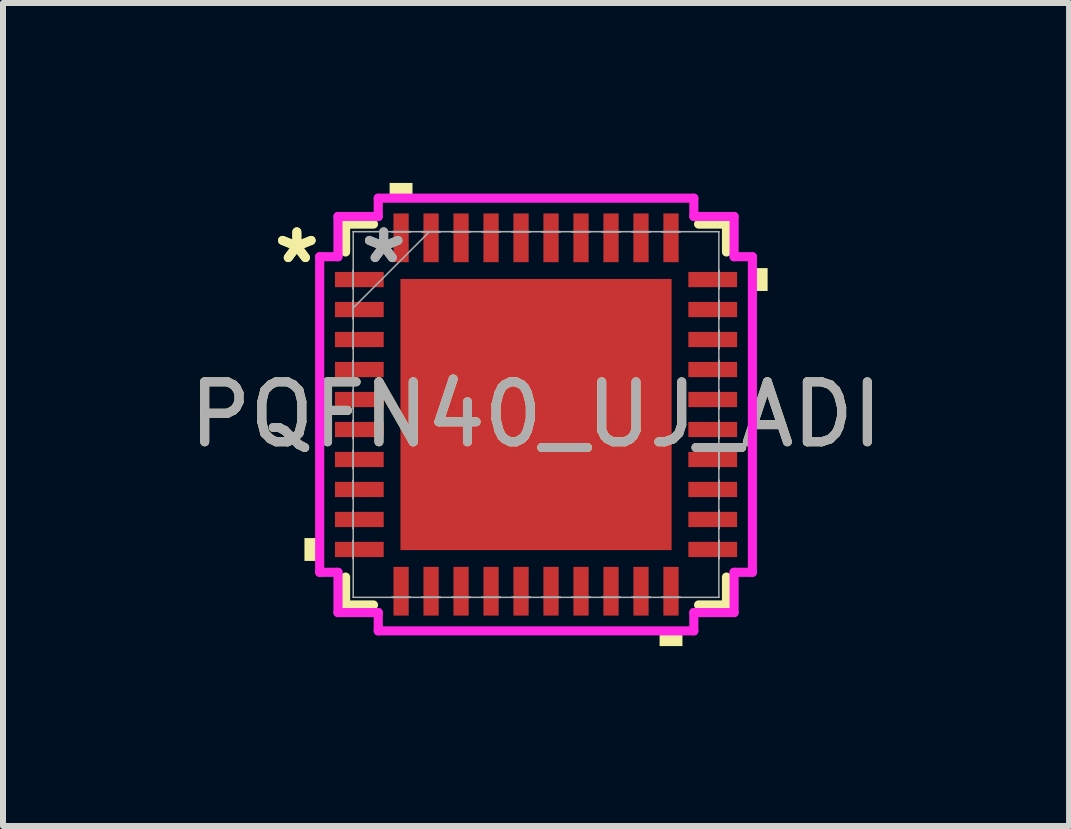
<source format=kicad_pcb>
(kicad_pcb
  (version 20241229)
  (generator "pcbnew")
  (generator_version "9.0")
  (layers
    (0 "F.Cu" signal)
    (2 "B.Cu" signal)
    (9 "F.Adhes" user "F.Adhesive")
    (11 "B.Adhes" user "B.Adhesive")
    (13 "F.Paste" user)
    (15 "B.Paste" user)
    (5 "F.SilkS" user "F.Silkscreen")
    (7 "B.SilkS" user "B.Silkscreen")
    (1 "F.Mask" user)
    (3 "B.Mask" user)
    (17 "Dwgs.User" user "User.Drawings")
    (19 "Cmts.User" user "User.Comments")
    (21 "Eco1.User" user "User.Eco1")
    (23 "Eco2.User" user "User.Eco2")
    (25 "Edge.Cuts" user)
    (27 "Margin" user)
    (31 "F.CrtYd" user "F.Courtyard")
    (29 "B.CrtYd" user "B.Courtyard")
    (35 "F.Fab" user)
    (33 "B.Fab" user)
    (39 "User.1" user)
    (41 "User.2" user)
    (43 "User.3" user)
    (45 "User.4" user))
  (footprint "PQFN40_UJ_ADI"
    (layer "F.Cu")
    (at 5.887 3.861)
    (property "Reference" "PQFN40_UJ_ADI" (at 0 0 0) (unlocked yes) (layer "F.SilkS") (effects (font (size 1 1) (thickness 0.15))))
    (attr smd)
    (fp_line (start -3.175 -3.175) (end -3.175 -2.71) (stroke (width 0.152) (type solid)) (layer "F.SilkS"))
    (fp_line (start -3.175 2.71) (end -3.175 3.175) (stroke (width 0.152) (type solid)) (layer "F.SilkS"))
    (fp_line (start -3.175 3.175) (end -2.71 3.175) (stroke (width 0.152) (type solid)) (layer "F.SilkS"))
    (fp_line (start -2.71 -3.175) (end -3.175 -3.175) (stroke (width 0.152) (type solid)) (layer "F.SilkS"))
    (fp_line (start 2.71 3.175) (end 3.175 3.175) (stroke (width 0.152) (type solid)) (layer "F.SilkS"))
    (fp_line (start 3.175 -3.175) (end 2.71 -3.175) (stroke (width 0.152) (type solid)) (layer "F.SilkS"))
    (fp_line (start 3.175 -2.71) (end 3.175 -3.175) (stroke (width 0.152) (type solid)) (layer "F.SilkS"))
    (fp_line (start 3.175 3.175) (end 3.175 2.71) (stroke (width 0.152) (type solid)) (layer "F.SilkS"))
    (fp_poly (pts (xy -3.861 2.06) (xy -3.861 2.441) (xy -3.607 2.441) (xy -3.607 2.06)) (stroke (width 0) (type solid)) (fill yes) (layer "F.SilkS"))
    (fp_poly (pts (xy -2.441 -3.607) (xy -2.441 -3.861) (xy -2.06 -3.861) (xy -2.06 -3.607)) (stroke (width 0) (type solid)) (fill yes) (layer "F.SilkS"))
    (fp_poly (pts (xy 2.06 3.607) (xy 2.06 3.861) (xy 2.441 3.861) (xy 2.441 3.607)) (stroke (width 0) (type solid)) (fill yes) (layer "F.SilkS"))
    (fp_poly (pts (xy 3.861 -2.441) (xy 3.861 -2.06) (xy 3.607 -2.06) (xy 3.607 -2.441)) (stroke (width 0) (type solid)) (fill yes) (layer "F.SilkS"))
    (fp_poly (pts (xy -2.161 -2.161) (xy -2.161 -0.854) (xy -0.854 -0.854) (xy -0.854 -2.161)) (stroke (width 0) (type solid)) (fill yes) (layer "F.Paste"))
    (fp_poly (pts (xy -2.161 -0.654) (xy -2.161 0.654) (xy -0.854 0.654) (xy -0.854 -0.654)) (stroke (width 0) (type solid)) (fill yes) (layer "F.Paste"))
    (fp_poly (pts (xy -2.161 0.854) (xy -2.161 2.161) (xy -0.854 2.161) (xy -0.854 0.854)) (stroke (width 0) (type solid)) (fill yes) (layer "F.Paste"))
    (fp_poly (pts (xy -0.654 -2.161) (xy -0.654 -0.854) (xy 0.654 -0.854) (xy 0.654 -2.161)) (stroke (width 0) (type solid)) (fill yes) (layer "F.Paste"))
    (fp_poly (pts (xy -0.654 -0.654) (xy -0.654 0.654) (xy 0.654 0.654) (xy 0.654 -0.654)) (stroke (width 0) (type solid)) (fill yes) (layer "F.Paste"))
    (fp_poly (pts (xy -0.654 0.854) (xy -0.654 2.161) (xy 0.654 2.161) (xy 0.654 0.854)) (stroke (width 0) (type solid)) (fill yes) (layer "F.Paste"))
    (fp_poly (pts (xy 0.854 -2.161) (xy 0.854 -0.854) (xy 2.161 -0.854) (xy 2.161 -2.161)) (stroke (width 0) (type solid)) (fill yes) (layer "F.Paste"))
    (fp_poly (pts (xy 0.854 -0.654) (xy 0.854 0.654) (xy 2.161 0.654) (xy 2.161 -0.654)) (stroke (width 0) (type solid)) (fill yes) (layer "F.Paste"))
    (fp_poly (pts (xy 0.854 0.854) (xy 0.854 2.161) (xy 2.161 2.161) (xy 2.161 0.854)) (stroke (width 0) (type solid)) (fill yes) (layer "F.Paste"))
    (fp_line (start -3.607 -2.631) (end -3.302 -2.631) (stroke (width 0.152) (type solid)) (layer "F.CrtYd"))
    (fp_line (start -3.607 2.631) (end -3.607 -2.631) (stroke (width 0.152) (type solid)) (layer "F.CrtYd"))
    (fp_line (start -3.302 -3.302) (end -2.631 -3.302) (stroke (width 0.152) (type solid)) (layer "F.CrtYd"))
    (fp_line (start -3.302 -2.631) (end -3.302 -3.302) (stroke (width 0.152) (type solid)) (layer "F.CrtYd"))
    (fp_line (start -3.302 2.631) (end -3.607 2.631) (stroke (width 0.152) (type solid)) (layer "F.CrtYd"))
    (fp_line (start -3.302 3.302) (end -3.302 2.631) (stroke (width 0.152) (type solid)) (layer "F.CrtYd"))
    (fp_line (start -2.631 -3.607) (end 2.631 -3.607) (stroke (width 0.152) (type solid)) (layer "F.CrtYd"))
    (fp_line (start -2.631 -3.302) (end -2.631 -3.607) (stroke (width 0.152) (type solid)) (layer "F.CrtYd"))
    (fp_line (start -2.631 3.302) (end -3.302 3.302) (stroke (width 0.152) (type solid)) (layer "F.CrtYd"))
    (fp_line (start -2.631 3.607) (end -2.631 3.302) (stroke (width 0.152) (type solid)) (layer "F.CrtYd"))
    (fp_line (start 2.631 -3.607) (end 2.631 -3.302) (stroke (width 0.152) (type solid)) (layer "F.CrtYd"))
    (fp_line (start 2.631 -3.302) (end 3.302 -3.302) (stroke (width 0.152) (type solid)) (layer "F.CrtYd"))
    (fp_line (start 2.631 3.302) (end 2.631 3.607) (stroke (width 0.152) (type solid)) (layer "F.CrtYd"))
    (fp_line (start 2.631 3.607) (end -2.631 3.607) (stroke (width 0.152) (type solid)) (layer "F.CrtYd"))
    (fp_line (start 3.302 -3.302) (end 3.302 -2.631) (stroke (width 0.152) (type solid)) (layer "F.CrtYd"))
    (fp_line (start 3.302 -2.631) (end 3.607 -2.631) (stroke (width 0.152) (type solid)) (layer "F.CrtYd"))
    (fp_line (start 3.302 2.631) (end 3.302 3.302) (stroke (width 0.152) (type solid)) (layer "F.CrtYd"))
    (fp_line (start 3.302 3.302) (end 2.631 3.302) (stroke (width 0.152) (type solid)) (layer "F.CrtYd"))
    (fp_line (start 3.607 -2.631) (end 3.607 2.631) (stroke (width 0.152) (type solid)) (layer "F.CrtYd"))
    (fp_line (start 3.607 2.631) (end 3.302 2.631) (stroke (width 0.152) (type solid)) (layer "F.CrtYd"))
    (fp_line (start -3.048 -3.048) (end -3.048 -3.048) (stroke (width 0.025) (type solid)) (layer "F.Fab"))
    (fp_line (start -3.048 -3.048) (end -3.048 3.048) (stroke (width 0.025) (type solid)) (layer "F.Fab"))
    (fp_line (start -3.048 -2.402) (end -3.048 -2.402) (stroke (width 0.025) (type solid)) (layer "F.Fab"))
    (fp_line (start -3.048 -2.402) (end -3.048 -2.098) (stroke (width 0.025) (type solid)) (layer "F.Fab"))
    (fp_line (start -3.048 -2.098) (end -3.048 -2.402) (stroke (width 0.025) (type solid)) (layer "F.Fab"))
    (fp_line (start -3.048 -2.098) (end -3.048 -2.098) (stroke (width 0.025) (type solid)) (layer "F.Fab"))
    (fp_line (start -3.048 -1.902) (end -3.048 -1.902) (stroke (width 0.025) (type solid)) (layer "F.Fab"))
    (fp_line (start -3.048 -1.902) (end -3.048 -1.598) (stroke (width 0.025) (type solid)) (layer "F.Fab"))
    (fp_line (start -3.048 -1.778) (end -1.778 -3.048) (stroke (width 0.025) (type solid)) (layer "F.Fab"))
    (fp_line (start -3.048 -1.598) (end -3.048 -1.902) (stroke (width 0.025) (type solid)) (layer "F.Fab"))
    (fp_line (start -3.048 -1.598) (end -3.048 -1.598) (stroke (width 0.025) (type solid)) (layer "F.Fab"))
    (fp_line (start -3.048 -1.402) (end -3.048 -1.402) (stroke (width 0.025) (type solid)) (layer "F.Fab"))
    (fp_line (start -3.048 -1.402) (end -3.048 -1.098) (stroke (width 0.025) (type solid)) (layer "F.Fab"))
    (fp_line (start -3.048 -1.098) (end -3.048 -1.402) (stroke (width 0.025) (type solid)) (layer "F.Fab"))
    (fp_line (start -3.048 -1.098) (end -3.048 -1.098) (stroke (width 0.025) (type solid)) (layer "F.Fab"))
    (fp_line (start -3.048 -0.902) (end -3.048 -0.902) (stroke (width 0.025) (type solid)) (layer "F.Fab"))
    (fp_line (start -3.048 -0.902) (end -3.048 -0.598) (stroke (width 0.025) (type solid)) (layer "F.Fab"))
    (fp_line (start -3.048 -0.598) (end -3.048 -0.902) (stroke (width 0.025) (type solid)) (layer "F.Fab"))
    (fp_line (start -3.048 -0.598) (end -3.048 -0.598) (stroke (width 0.025) (type solid)) (layer "F.Fab"))
    (fp_line (start -3.048 -0.402) (end -3.048 -0.402) (stroke (width 0.025) (type solid)) (layer "F.Fab"))
    (fp_line (start -3.048 -0.402) (end -3.048 -0.098) (stroke (width 0.025) (type solid)) (layer "F.Fab"))
    (fp_line (start -3.048 -0.098) (end -3.048 -0.402) (stroke (width 0.025) (type solid)) (layer "F.Fab"))
    (fp_line (start -3.048 -0.098) (end -3.048 -0.098) (stroke (width 0.025) (type solid)) (layer "F.Fab"))
    (fp_line (start -3.048 0.098) (end -3.048 0.098) (stroke (width 0.025) (type solid)) (layer "F.Fab"))
    (fp_line (start -3.048 0.098) (end -3.048 0.402) (stroke (width 0.025) (type solid)) (layer "F.Fab"))
    (fp_line (start -3.048 0.402) (end -3.048 0.098) (stroke (width 0.025) (type solid)) (layer "F.Fab"))
    (fp_line (start -3.048 0.402) (end -3.048 0.402) (stroke (width 0.025) (type solid)) (layer "F.Fab"))
    (fp_line (start -3.048 0.598) (end -3.048 0.598) (stroke (width 0.025) (type solid)) (layer "F.Fab"))
    (fp_line (start -3.048 0.598) (end -3.048 0.902) (stroke (width 0.025) (type solid)) (layer "F.Fab"))
    (fp_line (start -3.048 0.902) (end -3.048 0.598) (stroke (width 0.025) (type solid)) (layer "F.Fab"))
    (fp_line (start -3.048 0.902) (end -3.048 0.902) (stroke (width 0.025) (type solid)) (layer "F.Fab"))
    (fp_line (start -3.048 1.098) (end -3.048 1.098) (stroke (width 0.025) (type solid)) (layer "F.Fab"))
    (fp_line (start -3.048 1.098) (end -3.048 1.402) (stroke (width 0.025) (type solid)) (layer "F.Fab"))
    (fp_line (start -3.048 1.402) (end -3.048 1.098) (stroke (width 0.025) (type solid)) (layer "F.Fab"))
    (fp_line (start -3.048 1.402) (end -3.048 1.402) (stroke (width 0.025) (type solid)) (layer "F.Fab"))
    (fp_line (start -3.048 1.598) (end -3.048 1.598) (stroke (width 0.025) (type solid)) (layer "F.Fab"))
    (fp_line (start -3.048 1.598) (end -3.048 1.902) (stroke (width 0.025) (type solid)) (layer "F.Fab"))
    (fp_line (start -3.048 1.902) (end -3.048 1.598) (stroke (width 0.025) (type solid)) (layer "F.Fab"))
    (fp_line (start -3.048 1.902) (end -3.048 1.902) (stroke (width 0.025) (type solid)) (layer "F.Fab"))
    (fp_line (start -3.048 2.098) (end -3.048 2.098) (stroke (width 0.025) (type solid)) (layer "F.Fab"))
    (fp_line (start -3.048 2.098) (end -3.048 2.402) (stroke (width 0.025) (type solid)) (layer "F.Fab"))
    (fp_line (start -3.048 2.402) (end -3.048 2.098) (stroke (width 0.025) (type solid)) (layer "F.Fab"))
    (fp_line (start -3.048 2.402) (end -3.048 2.402) (stroke (width 0.025) (type solid)) (layer "F.Fab"))
    (fp_line (start -3.048 3.048) (end -3.048 3.048) (stroke (width 0.025) (type solid)) (layer "F.Fab"))
    (fp_line (start -3.048 3.048) (end 3.048 3.048) (stroke (width 0.025) (type solid)) (layer "F.Fab"))
    (fp_line (start -2.402 -3.048) (end -2.402 -3.048) (stroke (width 0.025) (type solid)) (layer "F.Fab"))
    (fp_line (start -2.402 -3.048) (end -2.098 -3.048) (stroke (width 0.025) (type solid)) (layer "F.Fab"))
    (fp_line (start -2.402 3.048) (end -2.402 3.048) (stroke (width 0.025) (type solid)) (layer "F.Fab"))
    (fp_line (start -2.402 3.048) (end -2.098 3.048) (stroke (width 0.025) (type solid)) (layer "F.Fab"))
    (fp_line (start -2.098 -3.048) (end -2.402 -3.048) (stroke (width 0.025) (type solid)) (layer "F.Fab"))
    (fp_line (start -2.098 -3.048) (end -2.098 -3.048) (stroke (width 0.025) (type solid)) (layer "F.Fab"))
    (fp_line (start -2.098 3.048) (end -2.402 3.048) (stroke (width 0.025) (type solid)) (layer "F.Fab"))
    (fp_line (start -2.098 3.048) (end -2.098 3.048) (stroke (width 0.025) (type solid)) (layer "F.Fab"))
    (fp_line (start -1.902 -3.048) (end -1.902 -3.048) (stroke (width 0.025) (type solid)) (layer "F.Fab"))
    (fp_line (start -1.902 -3.048) (end -1.598 -3.048) (stroke (width 0.025) (type solid)) (layer "F.Fab"))
    (fp_line (start -1.902 3.048) (end -1.902 3.048) (stroke (width 0.025) (type solid)) (layer "F.Fab"))
    (fp_line (start -1.902 3.048) (end -1.598 3.048) (stroke (width 0.025) (type solid)) (layer "F.Fab"))
    (fp_line (start -1.598 -3.048) (end -1.902 -3.048) (stroke (width 0.025) (type solid)) (layer "F.Fab"))
    (fp_line (start -1.598 -3.048) (end -1.598 -3.048) (stroke (width 0.025) (type solid)) (layer "F.Fab"))
    (fp_line (start -1.598 3.048) (end -1.902 3.048) (stroke (width 0.025) (type solid)) (layer "F.Fab"))
    (fp_line (start -1.598 3.048) (end -1.598 3.048) (stroke (width 0.025) (type solid)) (layer "F.Fab"))
    (fp_line (start -1.402 -3.048) (end -1.402 -3.048) (stroke (width 0.025) (type solid)) (layer "F.Fab"))
    (fp_line (start -1.402 -3.048) (end -1.098 -3.048) (stroke (width 0.025) (type solid)) (layer "F.Fab"))
    (fp_line (start -1.402 3.048) (end -1.402 3.048) (stroke (width 0.025) (type solid)) (layer "F.Fab"))
    (fp_line (start -1.402 3.048) (end -1.098 3.048) (stroke (width 0.025) (type solid)) (layer "F.Fab"))
    (fp_line (start -1.098 -3.048) (end -1.402 -3.048) (stroke (width 0.025) (type solid)) (layer "F.Fab"))
    (fp_line (start -1.098 -3.048) (end -1.098 -3.048) (stroke (width 0.025) (type solid)) (layer "F.Fab"))
    (fp_line (start -1.098 3.048) (end -1.402 3.048) (stroke (width 0.025) (type solid)) (layer "F.Fab"))
    (fp_line (start -1.098 3.048) (end -1.098 3.048) (stroke (width 0.025) (type solid)) (layer "F.Fab"))
    (fp_line (start -0.902 -3.048) (end -0.902 -3.048) (stroke (width 0.025) (type solid)) (layer "F.Fab"))
    (fp_line (start -0.902 -3.048) (end -0.598 -3.048) (stroke (width 0.025) (type solid)) (layer "F.Fab"))
    (fp_line (start -0.902 3.048) (end -0.902 3.048) (stroke (width 0.025) (type solid)) (layer "F.Fab"))
    (fp_line (start -0.902 3.048) (end -0.598 3.048) (stroke (width 0.025) (type solid)) (layer "F.Fab"))
    (fp_line (start -0.598 -3.048) (end -0.902 -3.048) (stroke (width 0.025) (type solid)) (layer "F.Fab"))
    (fp_line (start -0.598 -3.048) (end -0.598 -3.048) (stroke (width 0.025) (type solid)) (layer "F.Fab"))
    (fp_line (start -0.598 3.048) (end -0.902 3.048) (stroke (width 0.025) (type solid)) (layer "F.Fab"))
    (fp_line (start -0.598 3.048) (end -0.598 3.048) (stroke (width 0.025) (type solid)) (layer "F.Fab"))
    (fp_line (start -0.402 -3.048) (end -0.402 -3.048) (stroke (width 0.025) (type solid)) (layer "F.Fab"))
    (fp_line (start -0.402 -3.048) (end -0.098 -3.048) (stroke (width 0.025) (type solid)) (layer "F.Fab"))
    (fp_line (start -0.402 3.048) (end -0.402 3.048) (stroke (width 0.025) (type solid)) (layer "F.Fab"))
    (fp_line (start -0.402 3.048) (end -0.098 3.048) (stroke (width 0.025) (type solid)) (layer "F.Fab"))
    (fp_line (start -0.098 -3.048) (end -0.402 -3.048) (stroke (width 0.025) (type solid)) (layer "F.Fab"))
    (fp_line (start -0.098 -3.048) (end -0.098 -3.048) (stroke (width 0.025) (type solid)) (layer "F.Fab"))
    (fp_line (start -0.098 3.048) (end -0.402 3.048) (stroke (width 0.025) (type solid)) (layer "F.Fab"))
    (fp_line (start -0.098 3.048) (end -0.098 3.048) (stroke (width 0.025) (type solid)) (layer "F.Fab"))
    (fp_line (start 0.098 -3.048) (end 0.098 -3.048) (stroke (width 0.025) (type solid)) (layer "F.Fab"))
    (fp_line (start 0.098 -3.048) (end 0.402 -3.048) (stroke (width 0.025) (type solid)) (layer "F.Fab"))
    (fp_line (start 0.098 3.048) (end 0.098 3.048) (stroke (width 0.025) (type solid)) (layer "F.Fab"))
    (fp_line (start 0.098 3.048) (end 0.402 3.048) (stroke (width 0.025) (type solid)) (layer "F.Fab"))
    (fp_line (start 0.402 -3.048) (end 0.098 -3.048) (stroke (width 0.025) (type solid)) (layer "F.Fab"))
    (fp_line (start 0.402 -3.048) (end 0.402 -3.048) (stroke (width 0.025) (type solid)) (layer "F.Fab"))
    (fp_line (start 0.402 3.048) (end 0.098 3.048) (stroke (width 0.025) (type solid)) (layer "F.Fab"))
    (fp_line (start 0.402 3.048) (end 0.402 3.048) (stroke (width 0.025) (type solid)) (layer "F.Fab"))
    (fp_line (start 0.598 -3.048) (end 0.598 -3.048) (stroke (width 0.025) (type solid)) (layer "F.Fab"))
    (fp_line (start 0.598 -3.048) (end 0.902 -3.048) (stroke (width 0.025) (type solid)) (layer "F.Fab"))
    (fp_line (start 0.598 3.048) (end 0.598 3.048) (stroke (width 0.025) (type solid)) (layer "F.Fab"))
    (fp_line (start 0.598 3.048) (end 0.902 3.048) (stroke (width 0.025) (type solid)) (layer "F.Fab"))
    (fp_line (start 0.902 -3.048) (end 0.598 -3.048) (stroke (width 0.025) (type solid)) (layer "F.Fab"))
    (fp_line (start 0.902 -3.048) (end 0.902 -3.048) (stroke (width 0.025) (type solid)) (layer "F.Fab"))
    (fp_line (start 0.902 3.048) (end 0.598 3.048) (stroke (width 0.025) (type solid)) (layer "F.Fab"))
    (fp_line (start 0.902 3.048) (end 0.902 3.048) (stroke (width 0.025) (type solid)) (layer "F.Fab"))
    (fp_line (start 1.098 -3.048) (end 1.098 -3.048) (stroke (width 0.025) (type solid)) (layer "F.Fab"))
    (fp_line (start 1.098 -3.048) (end 1.402 -3.048) (stroke (width 0.025) (type solid)) (layer "F.Fab"))
    (fp_line (start 1.098 3.048) (end 1.098 3.048) (stroke (width 0.025) (type solid)) (layer "F.Fab"))
    (fp_line (start 1.098 3.048) (end 1.402 3.048) (stroke (width 0.025) (type solid)) (layer "F.Fab"))
    (fp_line (start 1.402 -3.048) (end 1.098 -3.048) (stroke (width 0.025) (type solid)) (layer "F.Fab"))
    (fp_line (start 1.402 -3.048) (end 1.402 -3.048) (stroke (width 0.025) (type solid)) (layer "F.Fab"))
    (fp_line (start 1.402 3.048) (end 1.098 3.048) (stroke (width 0.025) (type solid)) (layer "F.Fab"))
    (fp_line (start 1.402 3.048) (end 1.402 3.048) (stroke (width 0.025) (type solid)) (layer "F.Fab"))
    (fp_line (start 1.598 -3.048) (end 1.598 -3.048) (stroke (width 0.025) (type solid)) (layer "F.Fab"))
    (fp_line (start 1.598 -3.048) (end 1.902 -3.048) (stroke (width 0.025) (type solid)) (layer "F.Fab"))
    (fp_line (start 1.598 3.048) (end 1.598 3.048) (stroke (width 0.025) (type solid)) (layer "F.Fab"))
    (fp_line (start 1.598 3.048) (end 1.902 3.048) (stroke (width 0.025) (type solid)) (layer "F.Fab"))
    (fp_line (start 1.902 -3.048) (end 1.598 -3.048) (stroke (width 0.025) (type solid)) (layer "F.Fab"))
    (fp_line (start 1.902 -3.048) (end 1.902 -3.048) (stroke (width 0.025) (type solid)) (layer "F.Fab"))
    (fp_line (start 1.902 3.048) (end 1.598 3.048) (stroke (width 0.025) (type solid)) (layer "F.Fab"))
    (fp_line (start 1.902 3.048) (end 1.902 3.048) (stroke (width 0.025) (type solid)) (layer "F.Fab"))
    (fp_line (start 2.098 -3.048) (end 2.098 -3.048) (stroke (width 0.025) (type solid)) (layer "F.Fab"))
    (fp_line (start 2.098 -3.048) (end 2.402 -3.048) (stroke (width 0.025) (type solid)) (layer "F.Fab"))
    (fp_line (start 2.098 3.048) (end 2.098 3.048) (stroke (width 0.025) (type solid)) (layer "F.Fab"))
    (fp_line (start 2.098 3.048) (end 2.402 3.048) (stroke (width 0.025) (type solid)) (layer "F.Fab"))
    (fp_line (start 2.402 -3.048) (end 2.098 -3.048) (stroke (width 0.025) (type solid)) (layer "F.Fab"))
    (fp_line (start 2.402 -3.048) (end 2.402 -3.048) (stroke (width 0.025) (type solid)) (layer "F.Fab"))
    (fp_line (start 2.402 3.048) (end 2.098 3.048) (stroke (width 0.025) (type solid)) (layer "F.Fab"))
    (fp_line (start 2.402 3.048) (end 2.402 3.048) (stroke (width 0.025) (type solid)) (layer "F.Fab"))
    (fp_line (start 3.048 -3.048) (end -3.048 -3.048) (stroke (width 0.025) (type solid)) (layer "F.Fab"))
    (fp_line (start 3.048 -3.048) (end 3.048 -3.048) (stroke (width 0.025) (type solid)) (layer "F.Fab"))
    (fp_line (start 3.048 -2.402) (end 3.048 -2.402) (stroke (width 0.025) (type solid)) (layer "F.Fab"))
    (fp_line (start 3.048 -2.402) (end 3.048 -2.098) (stroke (width 0.025) (type solid)) (layer "F.Fab"))
    (fp_line (start 3.048 -2.098) (end 3.048 -2.402) (stroke (width 0.025) (type solid)) (layer "F.Fab"))
    (fp_line (start 3.048 -2.098) (end 3.048 -2.098) (stroke (width 0.025) (type solid)) (layer "F.Fab"))
    (fp_line (start 3.048 -1.902) (end 3.048 -1.902) (stroke (width 0.025) (type solid)) (layer "F.Fab"))
    (fp_line (start 3.048 -1.902) (end 3.048 -1.598) (stroke (width 0.025) (type solid)) (layer "F.Fab"))
    (fp_line (start 3.048 -1.598) (end 3.048 -1.902) (stroke (width 0.025) (type solid)) (layer "F.Fab"))
    (fp_line (start 3.048 -1.598) (end 3.048 -1.598) (stroke (width 0.025) (type solid)) (layer "F.Fab"))
    (fp_line (start 3.048 -1.402) (end 3.048 -1.402) (stroke (width 0.025) (type solid)) (layer "F.Fab"))
    (fp_line (start 3.048 -1.402) (end 3.048 -1.098) (stroke (width 0.025) (type solid)) (layer "F.Fab"))
    (fp_line (start 3.048 -1.098) (end 3.048 -1.402) (stroke (width 0.025) (type solid)) (layer "F.Fab"))
    (fp_line (start 3.048 -1.098) (end 3.048 -1.098) (stroke (width 0.025) (type solid)) (layer "F.Fab"))
    (fp_line (start 3.048 -0.902) (end 3.048 -0.902) (stroke (width 0.025) (type solid)) (layer "F.Fab"))
    (fp_line (start 3.048 -0.902) (end 3.048 -0.598) (stroke (width 0.025) (type solid)) (layer "F.Fab"))
    (fp_line (start 3.048 -0.598) (end 3.048 -0.902) (stroke (width 0.025) (type solid)) (layer "F.Fab"))
    (fp_line (start 3.048 -0.598) (end 3.048 -0.598) (stroke (width 0.025) (type solid)) (layer "F.Fab"))
    (fp_line (start 3.048 -0.402) (end 3.048 -0.402) (stroke (width 0.025) (type solid)) (layer "F.Fab"))
    (fp_line (start 3.048 -0.402) (end 3.048 -0.098) (stroke (width 0.025) (type solid)) (layer "F.Fab"))
    (fp_line (start 3.048 -0.098) (end 3.048 -0.402) (stroke (width 0.025) (type solid)) (layer "F.Fab"))
    (fp_line (start 3.048 -0.098) (end 3.048 -0.098) (stroke (width 0.025) (type solid)) (layer "F.Fab"))
    (fp_line (start 3.048 0.098) (end 3.048 0.098) (stroke (width 0.025) (type solid)) (layer "F.Fab"))
    (fp_line (start 3.048 0.098) (end 3.048 0.402) (stroke (width 0.025) (type solid)) (layer "F.Fab"))
    (fp_line (start 3.048 0.402) (end 3.048 0.098) (stroke (width 0.025) (type solid)) (layer "F.Fab"))
    (fp_line (start 3.048 0.402) (end 3.048 0.402) (stroke (width 0.025) (type solid)) (layer "F.Fab"))
    (fp_line (start 3.048 0.598) (end 3.048 0.598) (stroke (width 0.025) (type solid)) (layer "F.Fab"))
    (fp_line (start 3.048 0.598) (end 3.048 0.902) (stroke (width 0.025) (type solid)) (layer "F.Fab"))
    (fp_line (start 3.048 0.902) (end 3.048 0.598) (stroke (width 0.025) (type solid)) (layer "F.Fab"))
    (fp_line (start 3.048 0.902) (end 3.048 0.902) (stroke (width 0.025) (type solid)) (layer "F.Fab"))
    (fp_line (start 3.048 1.098) (end 3.048 1.098) (stroke (width 0.025) (type solid)) (layer "F.Fab"))
    (fp_line (start 3.048 1.098) (end 3.048 1.402) (stroke (width 0.025) (type solid)) (layer "F.Fab"))
    (fp_line (start 3.048 1.402) (end 3.048 1.098) (stroke (width 0.025) (type solid)) (layer "F.Fab"))
    (fp_line (start 3.048 1.402) (end 3.048 1.402) (stroke (width 0.025) (type solid)) (layer "F.Fab"))
    (fp_line (start 3.048 1.598) (end 3.048 1.598) (stroke (width 0.025) (type solid)) (layer "F.Fab"))
    (fp_line (start 3.048 1.598) (end 3.048 1.902) (stroke (width 0.025) (type solid)) (layer "F.Fab"))
    (fp_line (start 3.048 1.902) (end 3.048 1.598) (stroke (width 0.025) (type solid)) (layer "F.Fab"))
    (fp_line (start 3.048 1.902) (end 3.048 1.902) (stroke (width 0.025) (type solid)) (layer "F.Fab"))
    (fp_line (start 3.048 2.098) (end 3.048 2.098) (stroke (width 0.025) (type solid)) (layer "F.Fab"))
    (fp_line (start 3.048 2.098) (end 3.048 2.402) (stroke (width 0.025) (type solid)) (layer "F.Fab"))
    (fp_line (start 3.048 2.402) (end 3.048 2.098) (stroke (width 0.025) (type solid)) (layer "F.Fab"))
    (fp_line (start 3.048 2.402) (end 3.048 2.402) (stroke (width 0.025) (type solid)) (layer "F.Fab"))
    (fp_line (start 3.048 3.048) (end 3.048 -3.048) (stroke (width 0.025) (type solid)) (layer "F.Fab"))
    (fp_line (start 3.048 3.048) (end 3.048 3.048) (stroke (width 0.025) (type solid)) (layer "F.Fab"))
    (fp_text user "*" (at -3.988 -2.5 0) (layer "F.SilkS") (effects (font (size 1 1) (thickness 0.15))))
    (fp_text user "*" (at -3.988 -2.5 0) (unlocked yes) (layer "F.SilkS") (effects (font (size 1 1) (thickness 0.15))))
    (fp_text user "${REFERENCE}" (at 0 0 0) (unlocked yes) (layer "F.Fab") (effects (font (size 1 1) (thickness 0.15))))
    (fp_text user "*" (at -2.54 -2.5 0) (unlocked yes) (layer "F.Fab") (effects (font (size 1 1) (thickness 0.15))))
    (fp_text user "*" (at -2.54 -2.5 0) (layer "F.Fab") (effects (font (size 1 1) (thickness 0.15))))
    (pad "1" smd rect (at -2.946 -2.25 90) (size 0.254 0.813) (layers "F.Cu" "F.Mask" "F.Paste"))
    (pad "2" smd rect (at -2.946 -1.75 90) (size 0.254 0.813) (layers "F.Cu" "F.Mask" "F.Paste"))
    (pad "3" smd rect (at -2.946 -1.25 90) (size 0.254 0.813) (layers "F.Cu" "F.Mask" "F.Paste"))
    (pad "4" smd rect (at -2.946 -0.75 90) (size 0.254 0.813) (layers "F.Cu" "F.Mask" "F.Paste"))
    (pad "5" smd rect (at -2.946 -0.25 90) (size 0.254 0.813) (layers "F.Cu" "F.Mask" "F.Paste"))
    (pad "6" smd rect (at -2.946 0.25 90) (size 0.254 0.813) (layers "F.Cu" "F.Mask" "F.Paste"))
    (pad "7" smd rect (at -2.946 0.75 90) (size 0.254 0.813) (layers "F.Cu" "F.Mask" "F.Paste"))
    (pad "8" smd rect (at -2.946 1.25 90) (size 0.254 0.813) (layers "F.Cu" "F.Mask" "F.Paste"))
    (pad "9" smd rect (at -2.946 1.75 90) (size 0.254 0.813) (layers "F.Cu" "F.Mask" "F.Paste"))
    (pad "10" smd rect (at -2.946 2.25 90) (size 0.254 0.813) (layers "F.Cu" "F.Mask" "F.Paste"))
    (pad "11" smd rect (at -2.25 2.946) (size 0.254 0.813) (layers "F.Cu" "F.Mask" "F.Paste"))
    (pad "12" smd rect (at -1.75 2.946) (size 0.254 0.813) (layers "F.Cu" "F.Mask" "F.Paste"))
    (pad "13" smd rect (at -1.25 2.946) (size 0.254 0.813) (layers "F.Cu" "F.Mask" "F.Paste"))
    (pad "14" smd rect (at -0.75 2.946) (size 0.254 0.813) (layers "F.Cu" "F.Mask" "F.Paste"))
    (pad "15" smd rect (at -0.25 2.946) (size 0.254 0.813) (layers "F.Cu" "F.Mask" "F.Paste"))
    (pad "16" smd rect (at 0.25 2.946) (size 0.254 0.813) (layers "F.Cu" "F.Mask" "F.Paste"))
    (pad "17" smd rect (at 0.75 2.946) (size 0.254 0.813) (layers "F.Cu" "F.Mask" "F.Paste"))
    (pad "18" smd rect (at 1.25 2.946) (size 0.254 0.813) (layers "F.Cu" "F.Mask" "F.Paste"))
    (pad "19" smd rect (at 1.75 2.946) (size 0.254 0.813) (layers "F.Cu" "F.Mask" "F.Paste"))
    (pad "20" smd rect (at 2.25 2.946) (size 0.254 0.813) (layers "F.Cu" "F.Mask" "F.Paste"))
    (pad "21" smd rect (at 2.946 2.25 90) (size 0.254 0.813) (layers "F.Cu" "F.Mask" "F.Paste"))
    (pad "22" smd rect (at 2.946 1.75 90) (size 0.254 0.813) (layers "F.Cu" "F.Mask" "F.Paste"))
    (pad "23" smd rect (at 2.946 1.25 90) (size 0.254 0.813) (layers "F.Cu" "F.Mask" "F.Paste"))
    (pad "24" smd rect (at 2.946 0.75 90) (size 0.254 0.813) (layers "F.Cu" "F.Mask" "F.Paste"))
    (pad "25" smd rect (at 2.946 0.25 90) (size 0.254 0.813) (layers "F.Cu" "F.Mask" "F.Paste"))
    (pad "26" smd rect (at 2.946 -0.25 90) (size 0.254 0.813) (layers "F.Cu" "F.Mask" "F.Paste"))
    (pad "27" smd rect (at 2.946 -0.75 90) (size 0.254 0.813) (layers "F.Cu" "F.Mask" "F.Paste"))
    (pad "28" smd rect (at 2.946 -1.25 90) (size 0.254 0.813) (layers "F.Cu" "F.Mask" "F.Paste"))
    (pad "29" smd rect (at 2.946 -1.75 90) (size 0.254 0.813) (layers "F.Cu" "F.Mask" "F.Paste"))
    (pad "30" smd rect (at 2.946 -2.25 90) (size 0.254 0.813) (layers "F.Cu" "F.Mask" "F.Paste"))
    (pad "31" smd rect (at 2.25 -2.946) (size 0.254 0.813) (layers "F.Cu" "F.Mask" "F.Paste"))
    (pad "32" smd rect (at 1.75 -2.946) (size 0.254 0.813) (layers "F.Cu" "F.Mask" "F.Paste"))
    (pad "33" smd rect (at 1.25 -2.946) (size 0.254 0.813) (layers "F.Cu" "F.Mask" "F.Paste"))
    (pad "34" smd rect (at 0.75 -2.946) (size 0.254 0.813) (layers "F.Cu" "F.Mask" "F.Paste"))
    (pad "35" smd rect (at 0.25 -2.946) (size 0.254 0.813) (layers "F.Cu" "F.Mask" "F.Paste"))
    (pad "36" smd rect (at -0.25 -2.946) (size 0.254 0.813) (layers "F.Cu" "F.Mask" "F.Paste"))
    (pad "37" smd rect (at -0.75 -2.946) (size 0.254 0.813) (layers "F.Cu" "F.Mask" "F.Paste"))
    (pad "38" smd rect (at -1.25 -2.946) (size 0.254 0.813) (layers "F.Cu" "F.Mask" "F.Paste"))
    (pad "39" smd rect (at -1.75 -2.946) (size 0.254 0.813) (layers "F.Cu" "F.Mask" "F.Paste"))
    (pad "40" smd rect (at -2.25 -2.946) (size 0.254 0.813) (layers "F.Cu" "F.Mask" "F.Paste"))
    (pad "41" smd rect (at 0 0) (size 4.521 4.521) (layers "F.Cu" "F.Mask")))
  (gr_rect
    (start -3 -3)
    (end 14.774 10.722)
    (stroke (width 0.1) (type default))
    (fill no)
    (layer "Edge.Cuts")))
</source>
